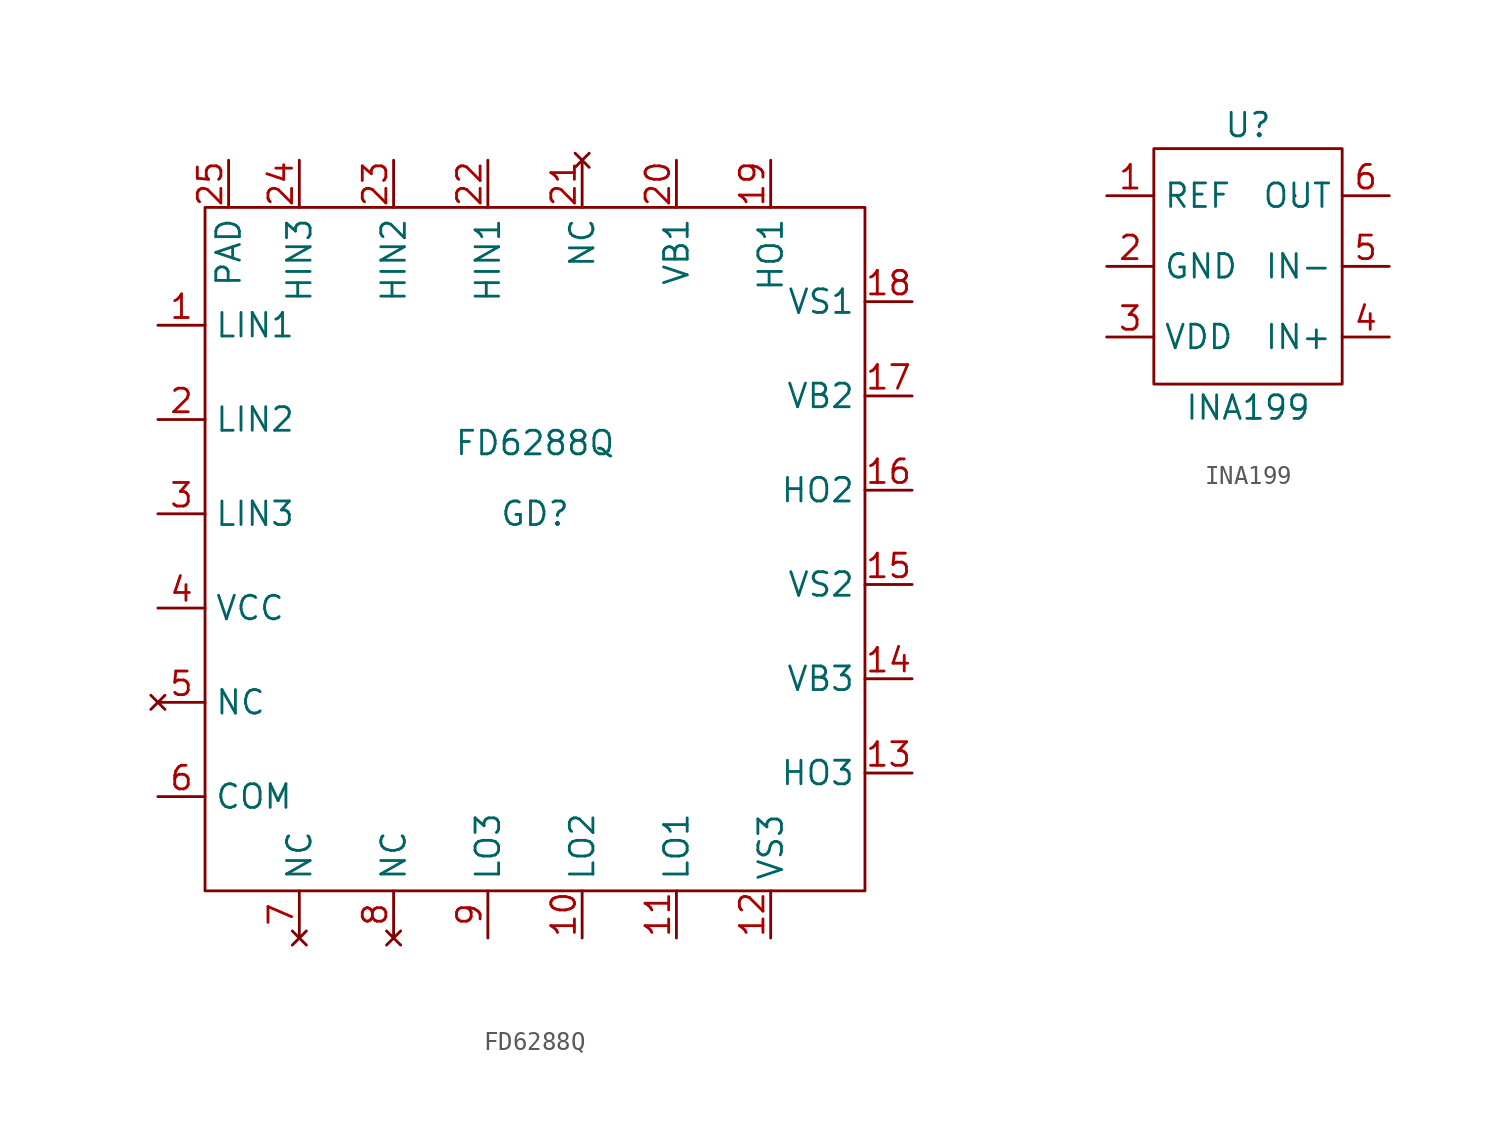
<source format=kicad_sym>
(kicad_symbol_lib
  (version 20211014)
  (generator kicad_symbol_editor)
  (symbol "FD6288Q"
    (property "Reference" "GD"
      (at 0 2.54 0)
      (effects (font (size 1.27 1.27))))
    (property "Value" "FD6288Q"
      (at 0 6.35 0)
      (effects (font (size 1.27 1.27))))
    (symbol "FD6288Q_0_1"
      (rectangle (start -17.78 19.05) (end 17.78 -17.78) (stroke (width 0) (type default) (color 0 0 0 0)) (fill (type none))))
    (symbol "FD6288Q_1_1"
      (pin input line (at -20.32 12.7 0) (length 2.54) (name "LIN1" (effects (font (size 1.27 1.27)))) (number "1" (effects (font (size 1.27 1.27)))))
      (pin output line (at 2.54 -20.32 90) (length 2.54) (name "LO2" (effects (font (size 1.27 1.27)))) (number "10" (effects (font (size 1.27 1.27)))))
      (pin output line (at 7.62 -20.32 90) (length 2.54) (name "LO1" (effects (font (size 1.27 1.27)))) (number "11" (effects (font (size 1.27 1.27)))))
      (pin bidirectional line (at 12.7 -20.32 90) (length 2.54) (name "VS3" (effects (font (size 1.27 1.27)))) (number "12" (effects (font (size 1.27 1.27)))))
      (pin output line (at 20.32 -11.43 180) (length 2.54) (name "HO3" (effects (font (size 1.27 1.27)))) (number "13" (effects (font (size 1.27 1.27)))))
      (pin bidirectional line (at 20.32 -6.35 180) (length 2.54) (name "VB3" (effects (font (size 1.27 1.27)))) (number "14" (effects (font (size 1.27 1.27)))))
      (pin bidirectional line (at 20.32 -1.27 180) (length 2.54) (name "VS2" (effects (font (size 1.27 1.27)))) (number "15" (effects (font (size 1.27 1.27)))))
      (pin output line (at 20.32 3.81 180) (length 2.54) (name "HO2" (effects (font (size 1.27 1.27)))) (number "16" (effects (font (size 1.27 1.27)))))
      (pin bidirectional line (at 20.32 8.89 180) (length 2.54) (name "VB2" (effects (font (size 1.27 1.27)))) (number "17" (effects (font (size 1.27 1.27)))))
      (pin bidirectional line (at 20.32 13.97 180) (length 2.54) (name "VS1" (effects (font (size 1.27 1.27)))) (number "18" (effects (font (size 1.27 1.27)))))
      (pin output line (at 12.7 21.59 270) (length 2.54) (name "HO1" (effects (font (size 1.27 1.27)))) (number "19" (effects (font (size 1.27 1.27)))))
      (pin input line (at -20.32 7.62 0) (length 2.54) (name "LIN2" (effects (font (size 1.27 1.27)))) (number "2" (effects (font (size 1.27 1.27)))))
      (pin bidirectional line (at 7.62 21.59 270) (length 2.54) (name "VB1" (effects (font (size 1.27 1.27)))) (number "20" (effects (font (size 1.27 1.27)))))
      (pin no_connect line (at 2.54 21.59 270) (length 2.54) (name "NC" (effects (font (size 1.27 1.27)))) (number "21" (effects (font (size 1.27 1.27)))))
      (pin input line (at -2.54 21.59 270) (length 2.54) (name "HIN1" (effects (font (size 1.27 1.27)))) (number "22" (effects (font (size 1.27 1.27)))))
      (pin input line (at -7.62 21.59 270) (length 2.54) (name "HIN2" (effects (font (size 1.27 1.27)))) (number "23" (effects (font (size 1.27 1.27)))))
      (pin input line (at -12.7 21.59 270) (length 2.54) (name "HIN3" (effects (font (size 1.27 1.27)))) (number "24" (effects (font (size 1.27 1.27)))))
      (pin unspecified line (at -16.51 21.59 270) (length 2.54) (name "PAD" (effects (font (size 1.27 1.27)))) (number "25" (effects (font (size 1.27 1.27)))))
      (pin input line (at -20.32 2.54 0) (length 2.54) (name "LIN3" (effects (font (size 1.27 1.27)))) (number "3" (effects (font (size 1.27 1.27)))))
      (pin power_in line (at -20.32 -2.54 0) (length 2.54) (name "VCC" (effects (font (size 1.27 1.27)))) (number "4" (effects (font (size 1.27 1.27)))))
      (pin no_connect line (at -20.32 -7.62 0) (length 2.54) (name "NC" (effects (font (size 1.27 1.27)))) (number "5" (effects (font (size 1.27 1.27)))))
      (pin power_in line (at -20.32 -12.7 0) (length 2.54) (name "COM" (effects (font (size 1.27 1.27)))) (number "6" (effects (font (size 1.27 1.27)))))
      (pin no_connect line (at -12.7 -20.32 90) (length 2.54) (name "NC" (effects (font (size 1.27 1.27)))) (number "7" (effects (font (size 1.27 1.27)))))
      (pin no_connect line (at -7.62 -20.32 90) (length 2.54) (name "NC" (effects (font (size 1.27 1.27)))) (number "8" (effects (font (size 1.27 1.27)))))
      (pin output line (at -2.54 -20.32 90) (length 2.54) (name "LO3" (effects (font (size 1.27 1.27)))) (number "9" (effects (font (size 1.27 1.27)))))))
  (symbol "INA199"
    (property "Reference" "U"
      (at 0 7.62 0)
      (effects (font (size 1.27 1.27))))
    (property "Value" "INA199"
      (at 0 -7.62 0)
      (effects (font (size 1.27 1.27))))
    (symbol "INA199_0_1"
      (rectangle (start -5.08 6.35) (end 5.08 -6.35) (stroke (width 0) (type default) (color 0 0 0 0)) (fill (type none)))
      (rectangle (start 2.54 3.81) (end 2.54 3.81) (stroke (width 0) (type default) (color 0 0 0 0)) (fill (type none))))
    (symbol "INA199_1_1"
      (pin input line (at -7.62 3.81 0) (length 2.54) (name "REF" (effects (font (size 1.27 1.27)))) (number "1" (effects (font (size 1.27 1.27)))))
      (pin power_in line (at -7.62 0 0) (length 2.54) (name "GND" (effects (font (size 1.27 1.27)))) (number "2" (effects (font (size 1.27 1.27)))))
      (pin input line (at -7.62 -3.81 0) (length 2.54) (name "VDD" (effects (font (size 1.27 1.27)))) (number "3" (effects (font (size 1.27 1.27)))))
      (pin input line (at 7.62 -3.81 180) (length 2.54) (name "IN+" (effects (font (size 1.27 1.27)))) (number "4" (effects (font (size 1.27 1.27)))))
      (pin input line (at 7.62 0 180) (length 2.54) (name "IN-" (effects (font (size 1.27 1.27)))) (number "5" (effects (font (size 1.27 1.27)))))
      (pin input line (at 7.62 3.81 180) (length 2.54) (name "OUT" (effects (font (size 1.27 1.27)))) (number "6" (effects (font (size 1.27 1.27))))))))
</source>
